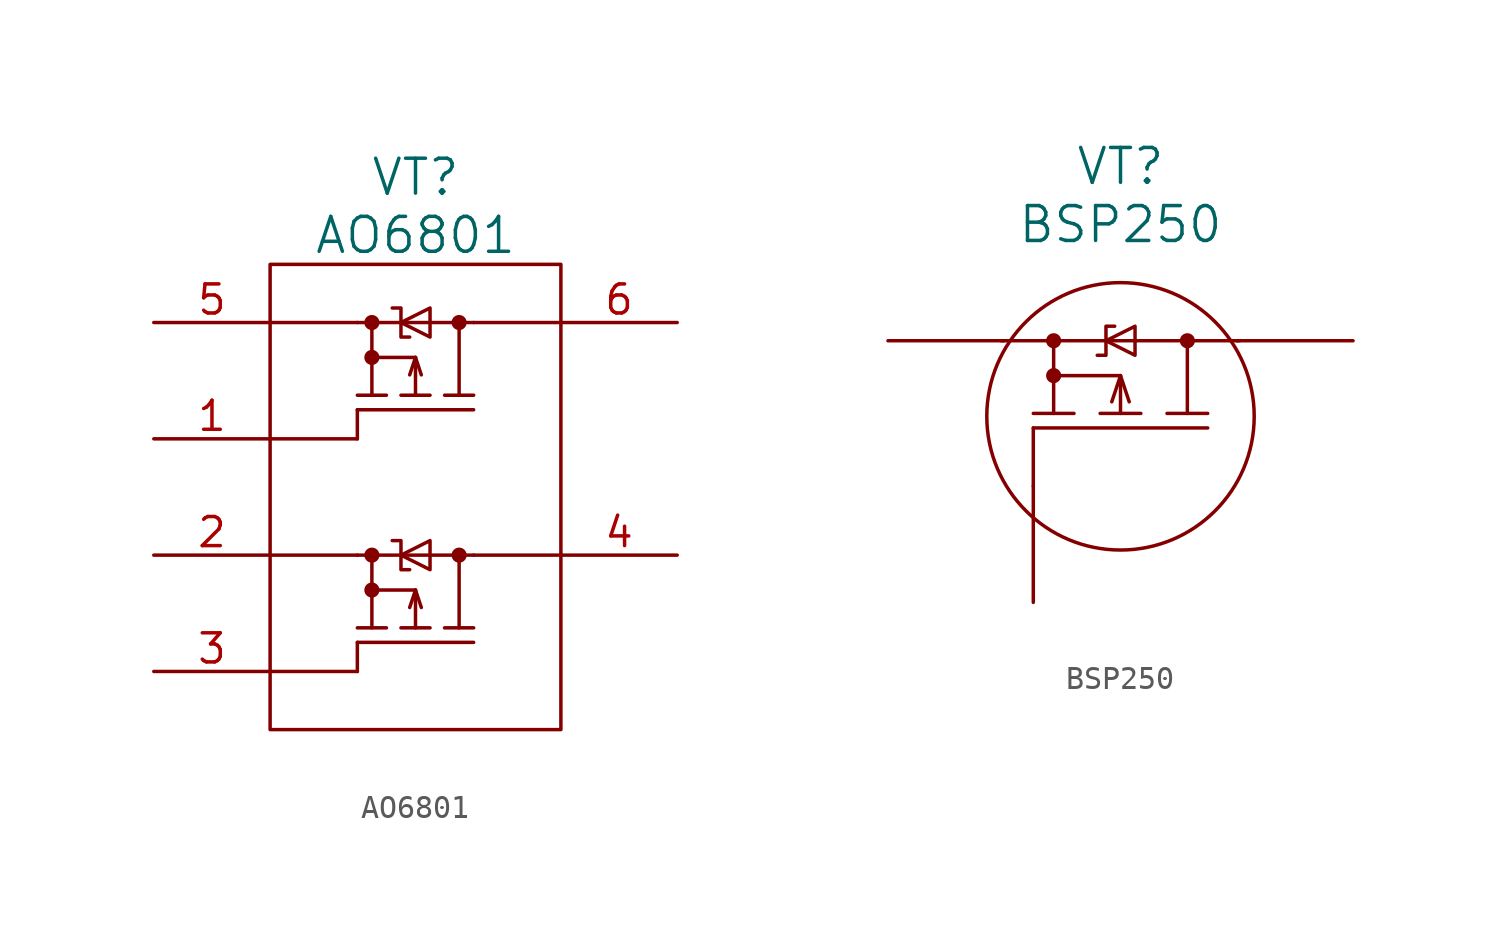
<source format=kicad_sym>
(kicad_symbol_lib
  (version 20220914)
  (generator kicad_symbol_editor)
  (symbol "AO6801"
    (pin_names
      (offset 1.016) hide)
    (property "Reference" "VT"
      (at 0 13.97 0)
      (effects (font (size 1.524 1.524))))
    (property "Value" "AO6801"
      (at 0 11.43 0)
      (effects (font (size 1.524 1.524))))
    (property "Datasheet" ""
      (at -11.43 2.54 0)
      (effects (font (size 1.524 1.524))))
    (symbol "AO6801_0_0"
      (rectangle (start -6.35 10.16) (end 6.35 -10.16) (stroke (width 0) (type solid)) (fill (type none)))
      (polyline (pts (xy 0 -4.064) (xy -1.905 -4.064)) (stroke (width 0) (type solid)) (fill (type none)))
      (polyline (pts (xy 0 -4.064) (xy 0 -5.715)) (stroke (width 0) (type solid)) (fill (type none)))
      (polyline (pts (xy 0 6.096) (xy -1.905 6.096)) (stroke (width 0) (type solid)) (fill (type none)))
      (polyline (pts (xy 0 6.096) (xy 0 4.445)) (stroke (width 0) (type solid)) (fill (type none)))
      (polyline (pts (xy 1.905 -5.715) (xy 1.905 -2.54)) (stroke (width 0) (type solid)) (fill (type none)))
      (polyline (pts (xy 1.905 4.445) (xy 1.905 7.62)) (stroke (width 0) (type solid)) (fill (type none)))
      (polyline (pts (xy 2.54 -2.54) (xy -2.54 -2.54)) (stroke (width 0) (type solid)) (fill (type none)))
      (polyline (pts (xy 2.54 7.62) (xy -2.54 7.62)) (stroke (width 0) (type solid)) (fill (type none)))
      (polyline (pts (xy -2.54 -7.62) (xy -2.54 -6.35) (xy -2.54 -6.35)) (stroke (width 0) (type solid)) (fill (type none)))
      (polyline (pts (xy -2.54 -6.35) (xy 2.54 -6.35) (xy 2.54 -6.35)) (stroke (width 0) (type solid)) (fill (type none)))
      (polyline (pts (xy -2.54 2.54) (xy -2.54 3.81) (xy -2.54 3.81)) (stroke (width 0) (type solid)) (fill (type none)))
      (polyline (pts (xy -2.54 3.81) (xy 2.54 3.81) (xy 2.54 3.81)) (stroke (width 0) (type solid)) (fill (type none)))
      (polyline (pts (xy -1.905 -5.715) (xy -1.905 -2.54) (xy -1.905 -2.54)) (stroke (width 0) (type solid)) (fill (type none)))
      (polyline (pts (xy -1.905 4.445) (xy -1.905 7.62) (xy -1.905 7.62)) (stroke (width 0) (type solid)) (fill (type none)))
      (polyline (pts (xy -1.27 -5.715) (xy -2.54 -5.715) (xy -2.54 -5.715)) (stroke (width 0) (type solid)) (fill (type none)))
      (polyline (pts (xy -1.27 4.445) (xy -2.54 4.445) (xy -2.54 4.445)) (stroke (width 0) (type solid)) (fill (type none)))
      (polyline (pts (xy -0.254 -4.826) (xy 0 -4.064) (xy 0.254 -4.826)) (stroke (width 0) (type solid)) (fill (type none)))
      (polyline (pts (xy -0.254 5.334) (xy 0 6.096) (xy 0.254 5.334)) (stroke (width 0) (type solid)) (fill (type none)))
      (polyline (pts (xy 0.635 -5.715) (xy -0.635 -5.715) (xy -0.635 -5.715)) (stroke (width 0) (type solid)) (fill (type none)))
      (polyline (pts (xy 0.635 4.445) (xy -0.635 4.445) (xy -0.635 4.445)) (stroke (width 0) (type solid)) (fill (type none)))
      (polyline (pts (xy 2.54 -5.715) (xy 1.27 -5.715) (xy 1.27 -5.715)) (stroke (width 0) (type solid)) (fill (type none)))
      (polyline (pts (xy 2.54 4.445) (xy 1.27 4.445) (xy 1.27 4.445)) (stroke (width 0) (type solid)) (fill (type none)))
      (polyline (pts (xy -0.635 -2.54) (xy 0.635 -3.175) (xy 0.635 -1.905) (xy -0.635 -2.54)) (stroke (width 0) (type solid)) (fill (type none)))
      (polyline (pts (xy -0.635 7.62) (xy 0.635 6.985) (xy 0.635 8.255) (xy -0.635 7.62)) (stroke (width 0) (type solid)) (fill (type none)))
      (polyline (pts (xy -0.254 -3.175) (xy -0.635 -3.175) (xy -0.635 -1.905) (xy -1.016 -1.905)) (stroke (width 0) (type solid)) (fill (type none)))
      (polyline (pts (xy -0.254 6.985) (xy -0.635 6.985) (xy -0.635 8.255) (xy -1.016 8.255)) (stroke (width 0) (type solid)) (fill (type none)))
      (pin passive line (at -11.43 -2.54 0) (length 5.08) (name "S2" (effects (font (size 1.27 1.27)))) (number "2" (effects (font (size 1.27 1.27)))))
      (pin passive line (at -11.43 -7.62 0) (length 5.08) (name "G2" (effects (font (size 1.27 1.27)))) (number "3" (effects (font (size 1.27 1.27)))))
      (pin passive line (at 11.43 -2.54 180) (length 5.08) (name "D2" (effects (font (size 1.27 1.27)))) (number "4" (effects (font (size 1.27 1.27)))))
      (pin passive line (at -11.43 7.62 0) (length 5.08) (name "S1" (effects (font (size 1.27 1.27)))) (number "5" (effects (font (size 1.27 1.27)))))
      (pin passive line (at 11.43 7.62 180) (length 5.08) (name "D1" (effects (font (size 1.27 1.27)))) (number "6" (effects (font (size 1.27 1.27))))))
    (symbol "AO6801_0_1"
      (circle (center -1.905 -4.064) (radius 0.254) (stroke (width 0) (type solid)) (fill (type outline)))
      (circle (center -1.905 -2.54) (radius 0.254) (stroke (width 0) (type solid)) (fill (type outline)))
      (circle (center -1.905 6.096) (radius 0.254) (stroke (width 0) (type solid)) (fill (type outline)))
      (circle (center -1.905 7.62) (radius 0.254) (stroke (width 0) (type solid)) (fill (type outline)))
      (polyline (pts (xy -2.54 -7.62) (xy -6.35 -7.62)) (stroke (width 0) (type solid)) (fill (type none)))
      (polyline (pts (xy -2.54 -2.54) (xy -6.35 -2.54)) (stroke (width 0) (type solid)) (fill (type none)))
      (polyline (pts (xy -2.54 2.54) (xy -6.35 2.54)) (stroke (width 0) (type solid)) (fill (type none)))
      (polyline (pts (xy -2.54 7.62) (xy -6.35 7.62)) (stroke (width 0) (type solid)) (fill (type none)))
      (polyline (pts (xy 6.35 -2.54) (xy 2.54 -2.54)) (stroke (width 0) (type solid)) (fill (type none)))
      (polyline (pts (xy 6.35 7.62) (xy 2.54 7.62)) (stroke (width 0) (type solid)) (fill (type none)))
      (circle (center 1.905 -2.54) (radius 0.254) (stroke (width 0) (type solid)) (fill (type outline)))
      (circle (center 1.905 7.62) (radius 0.254) (stroke (width 0) (type solid)) (fill (type outline))))
    (symbol "AO6801_1_0"
      (pin passive line (at -11.43 2.54 0) (length 5.08) (name "G1" (effects (font (size 1.27 1.27)))) (number "1" (effects (font (size 1.27 1.27)))))))
  (symbol "BSP250"
    (pin_numbers hide)
    (pin_names
      (offset 1.016) hide)
    (property "Reference" "VT"
      (at 0 10.16 0)
      (effects (font (size 1.524 1.524))))
    (property "Value" "BSP250"
      (at 0 7.62 0)
      (effects (font (size 1.524 1.524))))
    (property "Datasheet" ""
      (at 3.81 -8.89 90)
      (effects (font (size 1.524 1.524))))
    (symbol "BSP250_0_1"
      (circle (center 0 -0.762) (radius 5.842) (stroke (width 0) (type solid)) (fill (type none)))
      (polyline (pts (xy -5.207 2.54) (xy 5.207 2.54)) (stroke (width 0) (type solid)) (fill (type none)))
      (polyline (pts (xy -3.81 -1.27) (xy -3.81 -3.81)) (stroke (width 0) (type solid)) (fill (type none)))
      (polyline (pts (xy -2.921 -0.635) (xy -2.921 2.54)) (stroke (width 0) (type solid)) (fill (type none)))
      (polyline (pts (xy -0.889 -0.635) (xy 0.889 -0.635)) (stroke (width 0) (type solid)) (fill (type none)))
      (polyline (pts (xy 0 -0.635) (xy 0 1.016)) (stroke (width 0) (type solid)) (fill (type none)))
      (polyline (pts (xy 0 1.016) (xy -2.921 1.016)) (stroke (width 0) (type solid)) (fill (type none)))
      (polyline (pts (xy -3.81 -1.27) (xy 3.81 -1.27) (xy 3.81 -1.27)) (stroke (width 0) (type solid)) (fill (type none)))
      (polyline (pts (xy -3.81 -0.635) (xy -2.413 -0.635) (xy -2.032 -0.635)) (stroke (width 0) (type solid)) (fill (type none)))
      (polyline (pts (xy 0.381 -0.127) (xy 0 1.016) (xy -0.381 -0.127)) (stroke (width 0) (type solid)) (fill (type none)))
      (polyline (pts (xy 2.032 -0.635) (xy 3.175 -0.635) (xy 3.81 -0.635)) (stroke (width 0) (type solid)) (fill (type none)))
      (polyline (pts (xy 2.921 -0.635) (xy 2.921 2.54) (xy 2.921 2.54)) (stroke (width 0) (type solid)) (fill (type none)))
      (polyline (pts (xy -1.016 1.905) (xy -0.635 1.905) (xy -0.635 3.175) (xy -0.254 3.175)) (stroke (width 0) (type solid)) (fill (type none)))
      (polyline (pts (xy -0.635 2.54) (xy 0.635 1.905) (xy 0.635 3.175) (xy -0.635 2.54)) (stroke (width 0) (type solid)) (fill (type none))))
    (symbol "BSP250_1_1"
      (circle (center -2.921 1.016) (radius 0.254) (stroke (width 0) (type solid)) (fill (type outline)))
      (circle (center -2.921 2.54) (radius 0.254) (stroke (width 0) (type solid)) (fill (type outline)))
      (circle (center 2.921 2.54) (radius 0.254) (stroke (width 0) (type solid)) (fill (type outline)))
      (pin passive line (at -3.81 -8.89 90) (length 5.08) (name "G" (effects (font (size 1.27 1.27)))) (number "1" (effects (font (size 1.27 1.27)))))
      (pin passive line (at 10.16 2.54 180) (length 5.08) (name "D" (effects (font (size 1.27 1.27)))) (number "2" (effects (font (size 1.27 1.27)))))
      (pin passive line (at -10.16 2.54 0) (length 5.08) (name "S" (effects (font (size 1.27 1.27)))) (number "3" (effects (font (size 1.27 1.27))))))))
</source>
